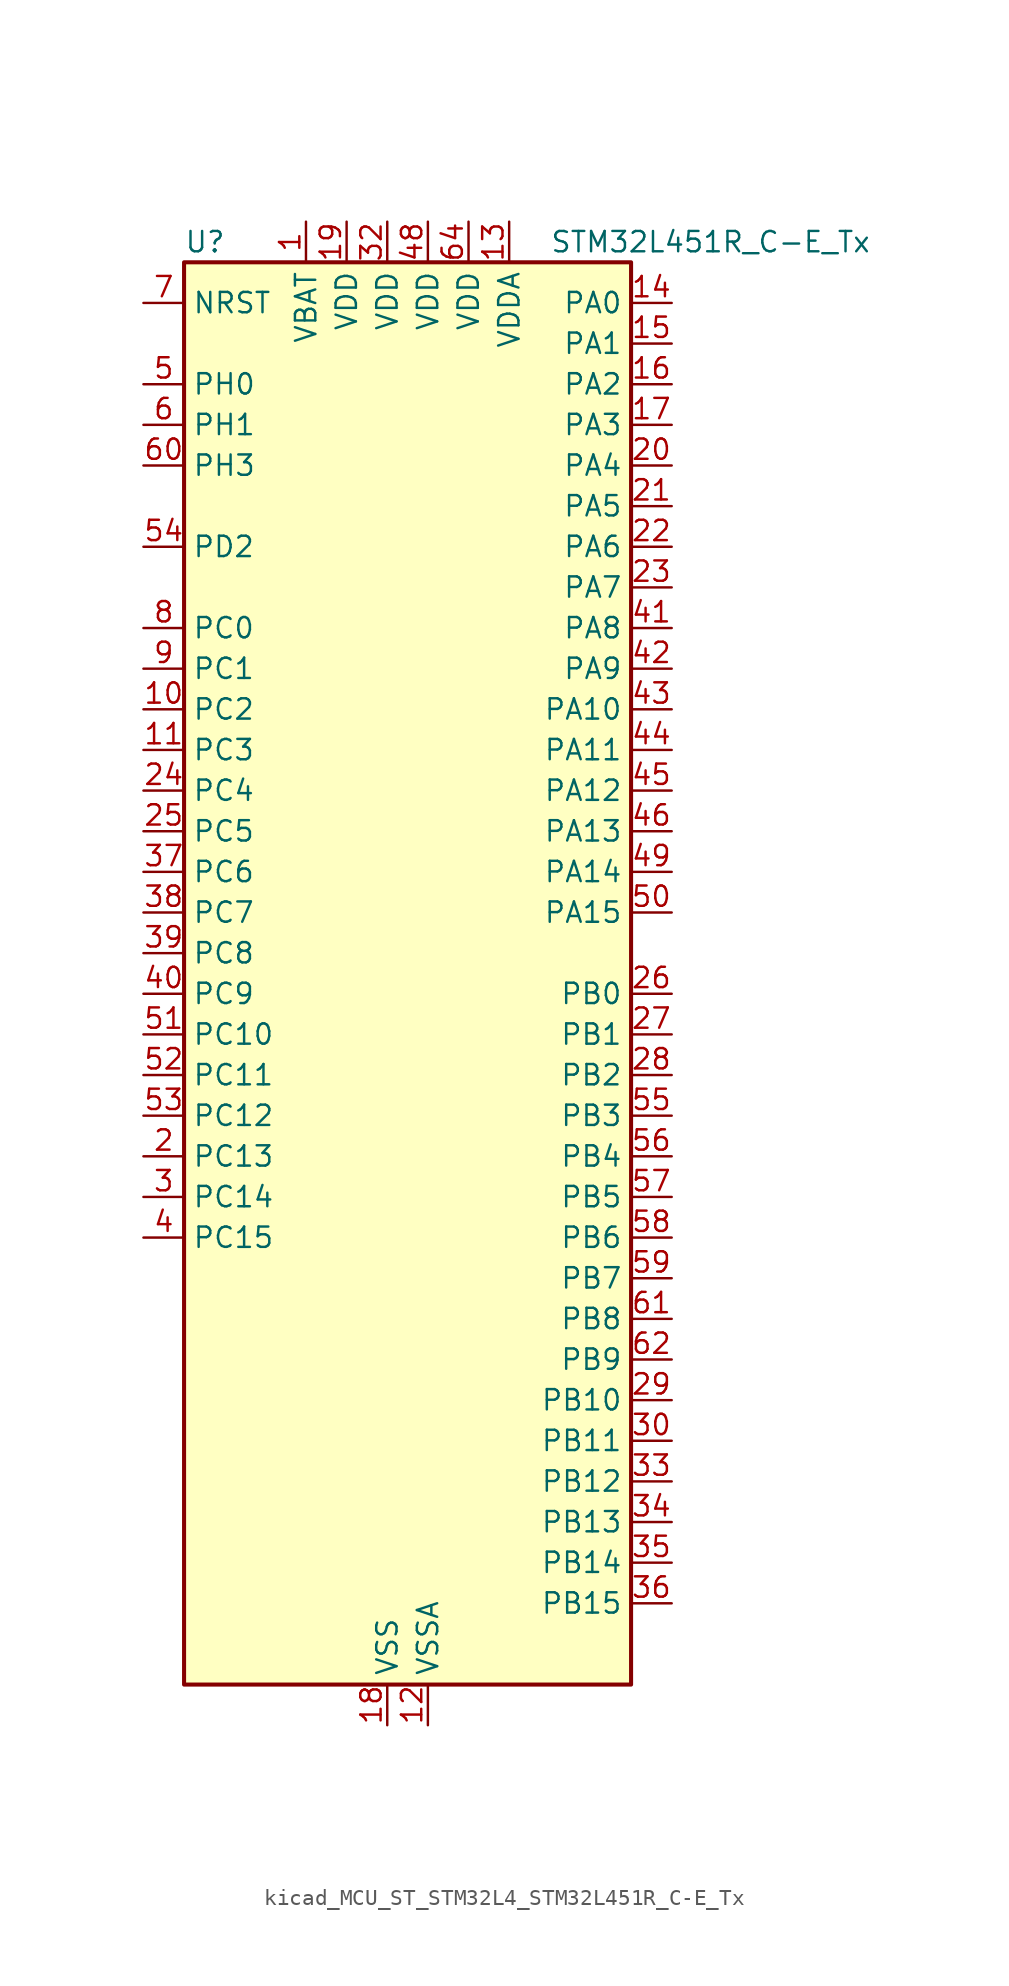
<source format=kicad_sym>
(kicad_symbol_lib
  (version 20220914)
  (generator kicad_symbol_editor)
  (symbol "kicad_MCU_ST_STM32L4_STM32L451R_C-E_Tx"
    (property "Reference" "U"
      (at -12.7 46.99 0)
      (effects (font (size 1.27 1.27)) (justify left)))
    (property "Value" "STM32L451R_C-E_Tx"
      (at 10.16 46.99 0)
      (effects (font (size 1.27 1.27)) (justify left)))
    (property "ki_locked" ""
      (at 0 0 0)
      (effects (font (size 1.27 1.27))))
    (symbol "kicad_MCU_ST_STM32L4_STM32L451R_C-E_Tx_0_1"
      (rectangle (start -12.7 -43.18) (end 15.24 45.72) (stroke (width 0.254) (type default)) (fill (type background))))
    (symbol "kicad_MCU_ST_STM32L4_STM32L451R_C-E_Tx_1_1"
      (pin power_in line (at -5.08 48.26 270) (length 2.54) (name "VBAT" (effects (font (size 1.27 1.27)))) (number "1" (effects (font (size 1.27 1.27)))))
      (pin bidirectional line (at -15.24 17.78 0) (length 2.54) (name "PC2" (effects (font (size 1.27 1.27)))) (number "10" (effects (font (size 1.27 1.27)))) (alternate "ADC1_IN3" bidirectional line) (alternate "DFSDM1_CKOUT" bidirectional line) (alternate "LPTIM1_IN2" bidirectional line) (alternate "SPI2_MISO" bidirectional line))
      (pin bidirectional line (at -15.24 15.24 0) (length 2.54) (name "PC3" (effects (font (size 1.27 1.27)))) (number "11" (effects (font (size 1.27 1.27)))) (alternate "ADC1_IN4" bidirectional line) (alternate "LPTIM1_ETR" bidirectional line) (alternate "LPTIM2_ETR" bidirectional line) (alternate "SAI1_SD_A" bidirectional line) (alternate "SPI2_MOSI" bidirectional line))
      (pin power_in line (at 2.54 -45.72 90) (length 2.54) (name "VSSA" (effects (font (size 1.27 1.27)))) (number "12" (effects (font (size 1.27 1.27)))))
      (pin power_in line (at 7.62 48.26 270) (length 2.54) (name "VDDA" (effects (font (size 1.27 1.27)))) (number "13" (effects (font (size 1.27 1.27)))))
      (pin bidirectional line (at 17.78 43.18 180) (length 2.54) (name "PA0" (effects (font (size 1.27 1.27)))) (number "14" (effects (font (size 1.27 1.27)))) (alternate "ADC1_IN5" bidirectional line) (alternate "COMP1_INM" bidirectional line) (alternate "COMP1_OUT" bidirectional line) (alternate "OPAMP1_VINP" bidirectional line) (alternate "RTC_TAMP2" bidirectional line) (alternate "SAI1_EXTCLK" bidirectional line) (alternate "SYS_WKUP1" bidirectional line) (alternate "TIM2_CH1" bidirectional line) (alternate "TIM2_ETR" bidirectional line) (alternate "UART4_TX" bidirectional line) (alternate "USART2_CTS" bidirectional line))
      (pin bidirectional line (at 17.78 40.64 180) (length 2.54) (name "PA1" (effects (font (size 1.27 1.27)))) (number "15" (effects (font (size 1.27 1.27)))) (alternate "ADC1_IN6" bidirectional line) (alternate "COMP1_INP" bidirectional line) (alternate "I2C1_SMBA" bidirectional line) (alternate "OPAMP1_VINM" bidirectional line) (alternate "SPI1_SCK" bidirectional line) (alternate "TIM15_CH1N" bidirectional line) (alternate "TIM2_CH2" bidirectional line) (alternate "UART4_RX" bidirectional line) (alternate "USART2_DE" bidirectional line) (alternate "USART2_RTS" bidirectional line))
      (pin bidirectional line (at 17.78 38.1 180) (length 2.54) (name "PA2" (effects (font (size 1.27 1.27)))) (number "16" (effects (font (size 1.27 1.27)))) (alternate "ADC1_IN7" bidirectional line) (alternate "COMP2_INM" bidirectional line) (alternate "COMP2_OUT" bidirectional line) (alternate "LPUART1_TX" bidirectional line) (alternate "QUADSPI_BK1_NCS" bidirectional line) (alternate "RCC_LSCO" bidirectional line) (alternate "SYS_WKUP4" bidirectional line) (alternate "TIM15_CH1" bidirectional line) (alternate "TIM2_CH3" bidirectional line) (alternate "USART2_TX" bidirectional line))
      (pin bidirectional line (at 17.78 35.56 180) (length 2.54) (name "PA3" (effects (font (size 1.27 1.27)))) (number "17" (effects (font (size 1.27 1.27)))) (alternate "ADC1_IN8" bidirectional line) (alternate "COMP2_INP" bidirectional line) (alternate "LPUART1_RX" bidirectional line) (alternate "OPAMP1_VOUT" bidirectional line) (alternate "QUADSPI_CLK" bidirectional line) (alternate "SAI1_MCLK_A" bidirectional line) (alternate "TIM15_CH2" bidirectional line) (alternate "TIM2_CH4" bidirectional line) (alternate "USART2_RX" bidirectional line))
      (pin power_in line (at 0 -45.72 90) (length 2.54) (name "VSS" (effects (font (size 1.27 1.27)))) (number "18" (effects (font (size 1.27 1.27)))))
      (pin power_in line (at -2.54 48.26 270) (length 2.54) (name "VDD" (effects (font (size 1.27 1.27)))) (number "19" (effects (font (size 1.27 1.27)))))
      (pin bidirectional line (at -15.24 -10.16 0) (length 2.54) (name "PC13" (effects (font (size 1.27 1.27)))) (number "2" (effects (font (size 1.27 1.27)))) (alternate "RTC_OUT_ALARM" bidirectional line) (alternate "RTC_OUT_CALIB" bidirectional line) (alternate "RTC_TAMP1" bidirectional line) (alternate "RTC_TS" bidirectional line) (alternate "SYS_WKUP2" bidirectional line))
      (pin bidirectional line (at 17.78 33.02 180) (length 2.54) (name "PA4" (effects (font (size 1.27 1.27)))) (number "20" (effects (font (size 1.27 1.27)))) (alternate "ADC1_IN9" bidirectional line) (alternate "COMP1_INM" bidirectional line) (alternate "COMP2_INM" bidirectional line) (alternate "DAC1_OUT1" bidirectional line) (alternate "LPTIM2_OUT" bidirectional line) (alternate "SAI1_FS_B" bidirectional line) (alternate "SPI1_NSS" bidirectional line) (alternate "SPI3_NSS" bidirectional line) (alternate "USART2_CK" bidirectional line))
      (pin bidirectional line (at 17.78 30.48 180) (length 2.54) (name "PA5" (effects (font (size 1.27 1.27)))) (number "21" (effects (font (size 1.27 1.27)))) (alternate "ADC1_IN10" bidirectional line) (alternate "COMP1_INM" bidirectional line) (alternate "COMP2_INM" bidirectional line) (alternate "DFSDM1_CKOUT" bidirectional line) (alternate "LPTIM2_ETR" bidirectional line) (alternate "SPI1_SCK" bidirectional line) (alternate "TIM2_CH1" bidirectional line) (alternate "TIM2_ETR" bidirectional line))
      (pin bidirectional line (at 17.78 27.94 180) (length 2.54) (name "PA6" (effects (font (size 1.27 1.27)))) (number "22" (effects (font (size 1.27 1.27)))) (alternate "ADC1_IN11" bidirectional line) (alternate "COMP1_OUT" bidirectional line) (alternate "LPUART1_CTS" bidirectional line) (alternate "QUADSPI_BK1_IO3" bidirectional line) (alternate "SPI1_MISO" bidirectional line) (alternate "TIM16_CH1" bidirectional line) (alternate "TIM1_BKIN" bidirectional line) (alternate "TIM1_BKIN_COMP2" bidirectional line) (alternate "TIM3_CH1" bidirectional line) (alternate "USART3_CTS" bidirectional line))
      (pin bidirectional line (at 17.78 25.4 180) (length 2.54) (name "PA7" (effects (font (size 1.27 1.27)))) (number "23" (effects (font (size 1.27 1.27)))) (alternate "ADC1_IN12" bidirectional line) (alternate "COMP2_OUT" bidirectional line) (alternate "DFSDM1_DATIN0" bidirectional line) (alternate "I2C3_SCL" bidirectional line) (alternate "QUADSPI_BK1_IO2" bidirectional line) (alternate "SPI1_MOSI" bidirectional line) (alternate "TIM1_CH1N" bidirectional line) (alternate "TIM3_CH2" bidirectional line))
      (pin bidirectional line (at -15.24 12.7 0) (length 2.54) (name "PC4" (effects (font (size 1.27 1.27)))) (number "24" (effects (font (size 1.27 1.27)))) (alternate "ADC1_IN13" bidirectional line) (alternate "COMP1_INM" bidirectional line) (alternate "USART3_TX" bidirectional line))
      (pin bidirectional line (at -15.24 10.16 0) (length 2.54) (name "PC5" (effects (font (size 1.27 1.27)))) (number "25" (effects (font (size 1.27 1.27)))) (alternate "ADC1_IN14" bidirectional line) (alternate "COMP1_INP" bidirectional line) (alternate "SYS_WKUP5" bidirectional line) (alternate "USART3_RX" bidirectional line))
      (pin bidirectional line (at 17.78 0 180) (length 2.54) (name "PB0" (effects (font (size 1.27 1.27)))) (number "26" (effects (font (size 1.27 1.27)))) (alternate "ADC1_IN15" bidirectional line) (alternate "COMP1_OUT" bidirectional line) (alternate "DFSDM1_CKIN0" bidirectional line) (alternate "QUADSPI_BK1_IO1" bidirectional line) (alternate "SAI1_EXTCLK" bidirectional line) (alternate "SPI1_NSS" bidirectional line) (alternate "TIM1_CH2N" bidirectional line) (alternate "TIM3_CH3" bidirectional line) (alternate "USART3_CK" bidirectional line))
      (pin bidirectional line (at 17.78 -2.54 180) (length 2.54) (name "PB1" (effects (font (size 1.27 1.27)))) (number "27" (effects (font (size 1.27 1.27)))) (alternate "ADC1_IN16" bidirectional line) (alternate "COMP1_INM" bidirectional line) (alternate "DFSDM1_DATIN0" bidirectional line) (alternate "LPTIM2_IN1" bidirectional line) (alternate "LPUART1_DE" bidirectional line) (alternate "LPUART1_RTS" bidirectional line) (alternate "QUADSPI_BK1_IO0" bidirectional line) (alternate "TIM1_CH3N" bidirectional line) (alternate "TIM3_CH4" bidirectional line) (alternate "USART3_DE" bidirectional line) (alternate "USART3_RTS" bidirectional line))
      (pin bidirectional line (at 17.78 -5.08 180) (length 2.54) (name "PB2" (effects (font (size 1.27 1.27)))) (number "28" (effects (font (size 1.27 1.27)))) (alternate "COMP1_INP" bidirectional line) (alternate "DFSDM1_CKIN0" bidirectional line) (alternate "I2C3_SMBA" bidirectional line) (alternate "LPTIM1_OUT" bidirectional line) (alternate "RTC_OUT_ALARM" bidirectional line) (alternate "RTC_OUT_CALIB" bidirectional line))
      (pin bidirectional line (at 17.78 -25.4 180) (length 2.54) (name "PB10" (effects (font (size 1.27 1.27)))) (number "29" (effects (font (size 1.27 1.27)))) (alternate "COMP1_OUT" bidirectional line) (alternate "I2C2_SCL" bidirectional line) (alternate "I2C4_SCL" bidirectional line) (alternate "LPUART1_RX" bidirectional line) (alternate "QUADSPI_CLK" bidirectional line) (alternate "SAI1_SCK_A" bidirectional line) (alternate "SPI2_SCK" bidirectional line) (alternate "TIM2_CH3" bidirectional line) (alternate "TSC_SYNC" bidirectional line) (alternate "USART3_TX" bidirectional line))
      (pin bidirectional line (at -15.24 -12.7 0) (length 2.54) (name "PC14" (effects (font (size 1.27 1.27)))) (number "3" (effects (font (size 1.27 1.27)))) (alternate "RCC_OSC32_IN" bidirectional line))
      (pin bidirectional line (at 17.78 -27.94 180) (length 2.54) (name "PB11" (effects (font (size 1.27 1.27)))) (number "30" (effects (font (size 1.27 1.27)))) (alternate "ADC1_EXTI11" bidirectional line) (alternate "COMP2_OUT" bidirectional line) (alternate "I2C2_SDA" bidirectional line) (alternate "I2C4_SDA" bidirectional line) (alternate "LPUART1_TX" bidirectional line) (alternate "QUADSPI_BK1_NCS" bidirectional line) (alternate "TIM2_CH4" bidirectional line) (alternate "USART3_RX" bidirectional line))
      (pin passive line (at 0 -45.72 90) (length 2.54) hide (name "VSS" (effects (font (size 1.27 1.27)))) (number "31" (effects (font (size 1.27 1.27)))))
      (pin power_in line (at 0 48.26 270) (length 2.54) (name "VDD" (effects (font (size 1.27 1.27)))) (number "32" (effects (font (size 1.27 1.27)))))
      (pin bidirectional line (at 17.78 -30.48 180) (length 2.54) (name "PB12" (effects (font (size 1.27 1.27)))) (number "33" (effects (font (size 1.27 1.27)))) (alternate "CAN1_RX" bidirectional line) (alternate "DFSDM1_DATIN1" bidirectional line) (alternate "I2C2_SMBA" bidirectional line) (alternate "LPUART1_DE" bidirectional line) (alternate "LPUART1_RTS" bidirectional line) (alternate "SAI1_FS_A" bidirectional line) (alternate "SPI2_NSS" bidirectional line) (alternate "TIM15_BKIN" bidirectional line) (alternate "TIM1_BKIN" bidirectional line) (alternate "TIM1_BKIN_COMP2" bidirectional line) (alternate "TSC_G1_IO1" bidirectional line) (alternate "USART3_CK" bidirectional line))
      (pin bidirectional line (at 17.78 -33.02 180) (length 2.54) (name "PB13" (effects (font (size 1.27 1.27)))) (number "34" (effects (font (size 1.27 1.27)))) (alternate "CAN1_TX" bidirectional line) (alternate "DFSDM1_CKIN1" bidirectional line) (alternate "I2C2_SCL" bidirectional line) (alternate "LPUART1_CTS" bidirectional line) (alternate "SAI1_SCK_A" bidirectional line) (alternate "SPI2_SCK" bidirectional line) (alternate "TIM15_CH1N" bidirectional line) (alternate "TIM1_CH1N" bidirectional line) (alternate "TSC_G1_IO2" bidirectional line) (alternate "USART3_CTS" bidirectional line))
      (pin bidirectional line (at 17.78 -35.56 180) (length 2.54) (name "PB14" (effects (font (size 1.27 1.27)))) (number "35" (effects (font (size 1.27 1.27)))) (alternate "DFSDM1_DATIN2" bidirectional line) (alternate "I2C2_SDA" bidirectional line) (alternate "SAI1_MCLK_A" bidirectional line) (alternate "SPI2_MISO" bidirectional line) (alternate "TIM15_CH1" bidirectional line) (alternate "TIM1_CH2N" bidirectional line) (alternate "TSC_G1_IO3" bidirectional line) (alternate "USART3_DE" bidirectional line) (alternate "USART3_RTS" bidirectional line))
      (pin bidirectional line (at 17.78 -38.1 180) (length 2.54) (name "PB15" (effects (font (size 1.27 1.27)))) (number "36" (effects (font (size 1.27 1.27)))) (alternate "ADC1_EXTI15" bidirectional line) (alternate "DFSDM1_CKIN2" bidirectional line) (alternate "RTC_REFIN" bidirectional line) (alternate "SAI1_SD_A" bidirectional line) (alternate "SPI2_MOSI" bidirectional line) (alternate "TIM15_CH2" bidirectional line) (alternate "TIM1_CH3N" bidirectional line) (alternate "TSC_G1_IO4" bidirectional line))
      (pin bidirectional line (at -15.24 7.62 0) (length 2.54) (name "PC6" (effects (font (size 1.27 1.27)))) (number "37" (effects (font (size 1.27 1.27)))) (alternate "DFSDM1_CKIN3" bidirectional line) (alternate "SDMMC1_D6" bidirectional line) (alternate "TIM3_CH1" bidirectional line) (alternate "TSC_G4_IO1" bidirectional line))
      (pin bidirectional line (at -15.24 5.08 0) (length 2.54) (name "PC7" (effects (font (size 1.27 1.27)))) (number "38" (effects (font (size 1.27 1.27)))) (alternate "DFSDM1_DATIN3" bidirectional line) (alternate "SDMMC1_D7" bidirectional line) (alternate "TIM3_CH2" bidirectional line) (alternate "TSC_G4_IO2" bidirectional line))
      (pin bidirectional line (at -15.24 2.54 0) (length 2.54) (name "PC8" (effects (font (size 1.27 1.27)))) (number "39" (effects (font (size 1.27 1.27)))) (alternate "SDMMC1_D0" bidirectional line) (alternate "TIM3_CH3" bidirectional line) (alternate "TSC_G4_IO3" bidirectional line))
      (pin bidirectional line (at -15.24 -15.24 0) (length 2.54) (name "PC15" (effects (font (size 1.27 1.27)))) (number "4" (effects (font (size 1.27 1.27)))) (alternate "ADC1_EXTI15" bidirectional line) (alternate "RCC_OSC32_OUT" bidirectional line))
      (pin bidirectional line (at -15.24 0 0) (length 2.54) (name "PC9" (effects (font (size 1.27 1.27)))) (number "40" (effects (font (size 1.27 1.27)))) (alternate "DAC1_EXTI9" bidirectional line) (alternate "SDMMC1_D1" bidirectional line) (alternate "TIM3_CH4" bidirectional line) (alternate "TSC_G4_IO4" bidirectional line))
      (pin bidirectional line (at 17.78 22.86 180) (length 2.54) (name "PA8" (effects (font (size 1.27 1.27)))) (number "41" (effects (font (size 1.27 1.27)))) (alternate "DFSDM1_CKIN1" bidirectional line) (alternate "LPTIM2_OUT" bidirectional line) (alternate "RCC_MCO" bidirectional line) (alternate "SAI1_SCK_A" bidirectional line) (alternate "TIM1_CH1" bidirectional line) (alternate "USART1_CK" bidirectional line))
      (pin bidirectional line (at 17.78 20.32 180) (length 2.54) (name "PA9" (effects (font (size 1.27 1.27)))) (number "42" (effects (font (size 1.27 1.27)))) (alternate "DAC1_EXTI9" bidirectional line) (alternate "DFSDM1_DATIN1" bidirectional line) (alternate "I2C1_SCL" bidirectional line) (alternate "SAI1_FS_A" bidirectional line) (alternate "TIM15_BKIN" bidirectional line) (alternate "TIM1_CH2" bidirectional line) (alternate "USART1_TX" bidirectional line))
      (pin bidirectional line (at 17.78 17.78 180) (length 2.54) (name "PA10" (effects (font (size 1.27 1.27)))) (number "43" (effects (font (size 1.27 1.27)))) (alternate "I2C1_SDA" bidirectional line) (alternate "SAI1_SD_A" bidirectional line) (alternate "TIM1_CH3" bidirectional line) (alternate "USART1_RX" bidirectional line))
      (pin bidirectional line (at 17.78 15.24 180) (length 2.54) (name "PA11" (effects (font (size 1.27 1.27)))) (number "44" (effects (font (size 1.27 1.27)))) (alternate "ADC1_EXTI11" bidirectional line) (alternate "CAN1_RX" bidirectional line) (alternate "COMP1_OUT" bidirectional line) (alternate "SPI1_MISO" bidirectional line) (alternate "TIM1_BKIN2" bidirectional line) (alternate "TIM1_BKIN2_COMP1" bidirectional line) (alternate "TIM1_CH4" bidirectional line) (alternate "USART1_CTS" bidirectional line))
      (pin bidirectional line (at 17.78 12.7 180) (length 2.54) (name "PA12" (effects (font (size 1.27 1.27)))) (number "45" (effects (font (size 1.27 1.27)))) (alternate "CAN1_TX" bidirectional line) (alternate "SPI1_MOSI" bidirectional line) (alternate "TIM1_ETR" bidirectional line) (alternate "USART1_DE" bidirectional line) (alternate "USART1_RTS" bidirectional line))
      (pin bidirectional line (at 17.78 10.16 180) (length 2.54) (name "PA13" (effects (font (size 1.27 1.27)))) (number "46" (effects (font (size 1.27 1.27)))) (alternate "IR_OUT" bidirectional line) (alternate "SAI1_SD_B" bidirectional line) (alternate "SYS_JTMS-SWDIO" bidirectional line))
      (pin passive line (at 0 -45.72 90) (length 2.54) hide (name "VSS" (effects (font (size 1.27 1.27)))) (number "47" (effects (font (size 1.27 1.27)))))
      (pin power_in line (at 2.54 48.26 270) (length 2.54) (name "VDD" (effects (font (size 1.27 1.27)))) (number "48" (effects (font (size 1.27 1.27)))))
      (pin bidirectional line (at 17.78 7.62 180) (length 2.54) (name "PA14" (effects (font (size 1.27 1.27)))) (number "49" (effects (font (size 1.27 1.27)))) (alternate "I2C1_SMBA" bidirectional line) (alternate "I2C4_SMBA" bidirectional line) (alternate "LPTIM1_OUT" bidirectional line) (alternate "SAI1_FS_B" bidirectional line) (alternate "SYS_JTCK-SWCLK" bidirectional line))
      (pin bidirectional line (at -15.24 38.1 0) (length 2.54) (name "PH0" (effects (font (size 1.27 1.27)))) (number "5" (effects (font (size 1.27 1.27)))) (alternate "RCC_OSC_IN" bidirectional line))
      (pin bidirectional line (at 17.78 5.08 180) (length 2.54) (name "PA15" (effects (font (size 1.27 1.27)))) (number "50" (effects (font (size 1.27 1.27)))) (alternate "ADC1_EXTI15" bidirectional line) (alternate "SPI1_NSS" bidirectional line) (alternate "SPI3_NSS" bidirectional line) (alternate "SYS_JTDI" bidirectional line) (alternate "TIM2_CH1" bidirectional line) (alternate "TIM2_ETR" bidirectional line) (alternate "TSC_G3_IO1" bidirectional line) (alternate "UART4_DE" bidirectional line) (alternate "UART4_RTS" bidirectional line) (alternate "USART2_RX" bidirectional line) (alternate "USART3_DE" bidirectional line) (alternate "USART3_RTS" bidirectional line))
      (pin bidirectional line (at -15.24 -2.54 0) (length 2.54) (name "PC10" (effects (font (size 1.27 1.27)))) (number "51" (effects (font (size 1.27 1.27)))) (alternate "SDMMC1_D2" bidirectional line) (alternate "SPI3_SCK" bidirectional line) (alternate "SYS_TRACED1" bidirectional line) (alternate "TSC_G3_IO2" bidirectional line) (alternate "UART4_TX" bidirectional line) (alternate "USART3_TX" bidirectional line))
      (pin bidirectional line (at -15.24 -5.08 0) (length 2.54) (name "PC11" (effects (font (size 1.27 1.27)))) (number "52" (effects (font (size 1.27 1.27)))) (alternate "ADC1_EXTI11" bidirectional line) (alternate "SDMMC1_D3" bidirectional line) (alternate "SPI3_MISO" bidirectional line) (alternate "TSC_G3_IO3" bidirectional line) (alternate "UART4_RX" bidirectional line) (alternate "USART3_RX" bidirectional line))
      (pin bidirectional line (at -15.24 -7.62 0) (length 2.54) (name "PC12" (effects (font (size 1.27 1.27)))) (number "53" (effects (font (size 1.27 1.27)))) (alternate "SDMMC1_CK" bidirectional line) (alternate "SPI3_MOSI" bidirectional line) (alternate "SYS_TRACED3" bidirectional line) (alternate "TSC_G3_IO4" bidirectional line) (alternate "USART3_CK" bidirectional line))
      (pin bidirectional line (at -15.24 27.94 0) (length 2.54) (name "PD2" (effects (font (size 1.27 1.27)))) (number "54" (effects (font (size 1.27 1.27)))) (alternate "SDMMC1_CMD" bidirectional line) (alternate "SYS_TRACED2" bidirectional line) (alternate "TIM3_ETR" bidirectional line) (alternate "TSC_SYNC" bidirectional line) (alternate "USART3_DE" bidirectional line) (alternate "USART3_RTS" bidirectional line))
      (pin bidirectional line (at 17.78 -7.62 180) (length 2.54) (name "PB3" (effects (font (size 1.27 1.27)))) (number "55" (effects (font (size 1.27 1.27)))) (alternate "COMP2_INM" bidirectional line) (alternate "SAI1_SCK_B" bidirectional line) (alternate "SPI1_SCK" bidirectional line) (alternate "SPI3_SCK" bidirectional line) (alternate "SYS_JTDO-SWO" bidirectional line) (alternate "TIM2_CH2" bidirectional line) (alternate "USART1_DE" bidirectional line) (alternate "USART1_RTS" bidirectional line))
      (pin bidirectional line (at 17.78 -10.16 180) (length 2.54) (name "PB4" (effects (font (size 1.27 1.27)))) (number "56" (effects (font (size 1.27 1.27)))) (alternate "COMP2_INP" bidirectional line) (alternate "I2C3_SDA" bidirectional line) (alternate "SAI1_MCLK_B" bidirectional line) (alternate "SPI1_MISO" bidirectional line) (alternate "SPI3_MISO" bidirectional line) (alternate "SYS_JTRST" bidirectional line) (alternate "TIM3_CH1" bidirectional line) (alternate "TSC_G2_IO1" bidirectional line) (alternate "USART1_CTS" bidirectional line))
      (pin bidirectional line (at 17.78 -12.7 180) (length 2.54) (name "PB5" (effects (font (size 1.27 1.27)))) (number "57" (effects (font (size 1.27 1.27)))) (alternate "CAN1_RX" bidirectional line) (alternate "COMP2_OUT" bidirectional line) (alternate "I2C1_SMBA" bidirectional line) (alternate "LPTIM1_IN1" bidirectional line) (alternate "SAI1_SD_B" bidirectional line) (alternate "SPI1_MOSI" bidirectional line) (alternate "SPI3_MOSI" bidirectional line) (alternate "TIM16_BKIN" bidirectional line) (alternate "TIM3_CH2" bidirectional line) (alternate "TSC_G2_IO2" bidirectional line) (alternate "USART1_CK" bidirectional line))
      (pin bidirectional line (at 17.78 -15.24 180) (length 2.54) (name "PB6" (effects (font (size 1.27 1.27)))) (number "58" (effects (font (size 1.27 1.27)))) (alternate "CAN1_TX" bidirectional line) (alternate "COMP2_INP" bidirectional line) (alternate "I2C1_SCL" bidirectional line) (alternate "I2C4_SCL" bidirectional line) (alternate "LPTIM1_ETR" bidirectional line) (alternate "SAI1_FS_B" bidirectional line) (alternate "TIM16_CH1N" bidirectional line) (alternate "TSC_G2_IO3" bidirectional line) (alternate "USART1_TX" bidirectional line))
      (pin bidirectional line (at 17.78 -17.78 180) (length 2.54) (name "PB7" (effects (font (size 1.27 1.27)))) (number "59" (effects (font (size 1.27 1.27)))) (alternate "COMP2_INM" bidirectional line) (alternate "I2C1_SDA" bidirectional line) (alternate "I2C4_SDA" bidirectional line) (alternate "LPTIM1_IN2" bidirectional line) (alternate "SYS_PVD_IN" bidirectional line) (alternate "TSC_G2_IO4" bidirectional line) (alternate "UART4_CTS" bidirectional line) (alternate "USART1_RX" bidirectional line))
      (pin bidirectional line (at -15.24 35.56 0) (length 2.54) (name "PH1" (effects (font (size 1.27 1.27)))) (number "6" (effects (font (size 1.27 1.27)))) (alternate "RCC_OSC_OUT" bidirectional line))
      (pin bidirectional line (at -15.24 33.02 0) (length 2.54) (name "PH3" (effects (font (size 1.27 1.27)))) (number "60" (effects (font (size 1.27 1.27)))))
      (pin bidirectional line (at 17.78 -20.32 180) (length 2.54) (name "PB8" (effects (font (size 1.27 1.27)))) (number "61" (effects (font (size 1.27 1.27)))) (alternate "CAN1_RX" bidirectional line) (alternate "I2C1_SCL" bidirectional line) (alternate "SAI1_MCLK_A" bidirectional line) (alternate "SDMMC1_D4" bidirectional line) (alternate "TIM16_CH1" bidirectional line))
      (pin bidirectional line (at 17.78 -22.86 180) (length 2.54) (name "PB9" (effects (font (size 1.27 1.27)))) (number "62" (effects (font (size 1.27 1.27)))) (alternate "CAN1_TX" bidirectional line) (alternate "DAC1_EXTI9" bidirectional line) (alternate "I2C1_SDA" bidirectional line) (alternate "IR_OUT" bidirectional line) (alternate "SAI1_FS_A" bidirectional line) (alternate "SDMMC1_D5" bidirectional line) (alternate "SPI2_NSS" bidirectional line))
      (pin passive line (at 0 -45.72 90) (length 2.54) hide (name "VSS" (effects (font (size 1.27 1.27)))) (number "63" (effects (font (size 1.27 1.27)))))
      (pin power_in line (at 5.08 48.26 270) (length 2.54) (name "VDD" (effects (font (size 1.27 1.27)))) (number "64" (effects (font (size 1.27 1.27)))))
      (pin input line (at -15.24 43.18 0) (length 2.54) (name "NRST" (effects (font (size 1.27 1.27)))) (number "7" (effects (font (size 1.27 1.27)))))
      (pin bidirectional line (at -15.24 22.86 0) (length 2.54) (name "PC0" (effects (font (size 1.27 1.27)))) (number "8" (effects (font (size 1.27 1.27)))) (alternate "ADC1_IN1" bidirectional line) (alternate "I2C3_SCL" bidirectional line) (alternate "I2C4_SCL" bidirectional line) (alternate "LPTIM1_IN1" bidirectional line) (alternate "LPTIM2_IN1" bidirectional line) (alternate "LPUART1_RX" bidirectional line))
      (pin bidirectional line (at -15.24 20.32 0) (length 2.54) (name "PC1" (effects (font (size 1.27 1.27)))) (number "9" (effects (font (size 1.27 1.27)))) (alternate "ADC1_IN2" bidirectional line) (alternate "I2C3_SDA" bidirectional line) (alternate "I2C4_SDA" bidirectional line) (alternate "LPTIM1_OUT" bidirectional line) (alternate "LPUART1_TX" bidirectional line) (alternate "SYS_TRACED0" bidirectional line)))))
</source>
